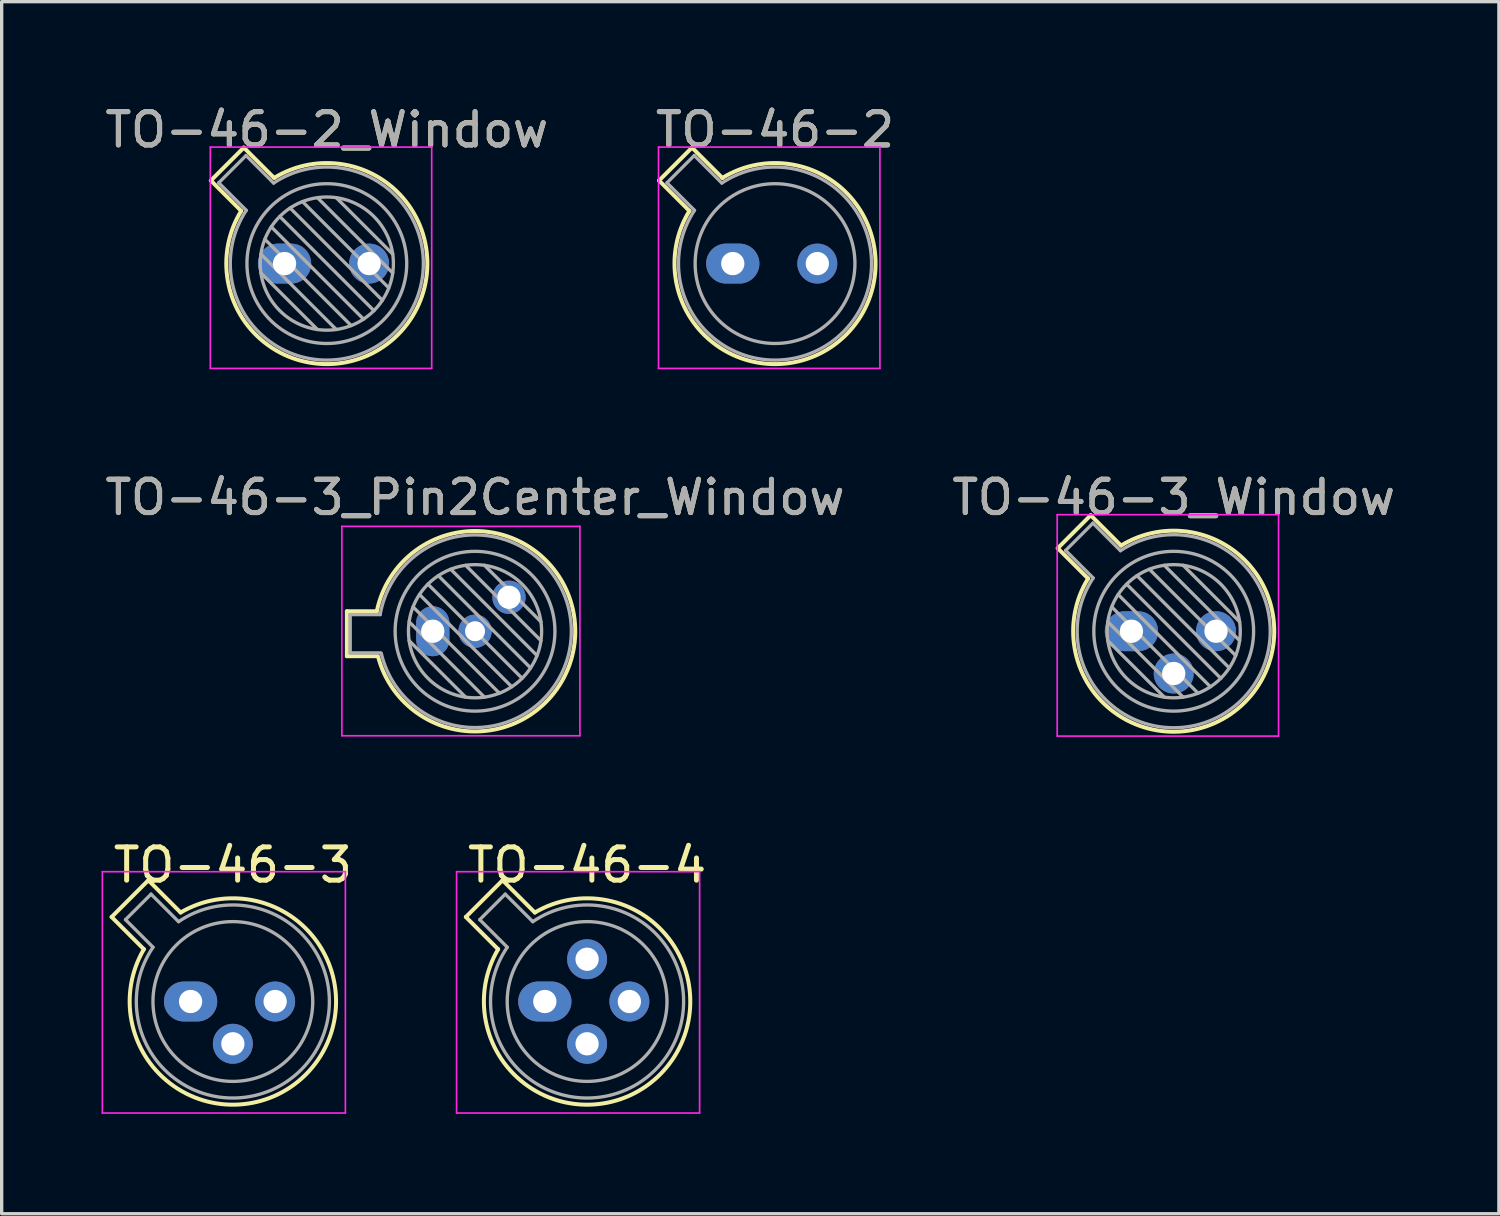
<source format=kicad_pcb>
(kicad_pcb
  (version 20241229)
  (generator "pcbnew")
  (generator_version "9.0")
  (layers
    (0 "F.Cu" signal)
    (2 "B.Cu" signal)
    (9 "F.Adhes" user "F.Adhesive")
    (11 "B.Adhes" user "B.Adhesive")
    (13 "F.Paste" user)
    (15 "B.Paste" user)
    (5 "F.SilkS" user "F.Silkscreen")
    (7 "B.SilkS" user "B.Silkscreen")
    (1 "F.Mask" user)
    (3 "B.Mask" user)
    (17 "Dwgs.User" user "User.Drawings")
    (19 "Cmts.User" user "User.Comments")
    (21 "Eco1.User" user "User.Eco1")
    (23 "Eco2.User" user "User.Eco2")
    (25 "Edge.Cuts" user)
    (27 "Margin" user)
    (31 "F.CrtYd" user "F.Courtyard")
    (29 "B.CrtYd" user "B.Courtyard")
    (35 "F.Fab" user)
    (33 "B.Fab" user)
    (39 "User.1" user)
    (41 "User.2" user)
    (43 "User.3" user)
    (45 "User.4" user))
  (footprint "TO-46-4"
    (layer "F.Cu")
    (at 13.316 27.035)
    (property "Reference" "TO-46-4" (at 1.27 -4.1 0) (layer "F.SilkS") (effects (font (size 1 1) (thickness 0.15))))
    (attr through_hole)
    (fp_line (start -2.372 -2.539) (end -1.403 -1.57) (stroke (width 0.12) (type solid)) (layer "F.SilkS"))
    (fp_line (start -1.269 -3.642) (end -2.372 -2.539) (stroke (width 0.12) (type solid)) (layer "F.SilkS"))
    (fp_line (start -0.3 -2.673) (end -1.269 -3.642) (stroke (width 0.12) (type solid)) (layer "F.SilkS"))
    (fp_arc (start -0.299966 -2.673052) (mid 3.461152 2.19291) (end -1.401792 -1.572109) (stroke (width 0.12) (type solid)) (layer "F.SilkS"))
    (fp_line (start -2.65 -3.9) (end -2.65 3.35) (stroke (width 0.05) (type solid)) (layer "F.CrtYd"))
    (fp_line (start -2.65 3.35) (end 4.65 3.35) (stroke (width 0.05) (type solid)) (layer "F.CrtYd"))
    (fp_line (start 4.65 -3.9) (end -2.65 -3.9) (stroke (width 0.05) (type solid)) (layer "F.CrtYd"))
    (fp_line (start 4.65 3.35) (end 4.65 -3.9) (stroke (width 0.05) (type solid)) (layer "F.CrtYd"))
    (fp_line (start -1.955 -2.458) (end -1.128 -1.631) (stroke (width 0.1) (type solid)) (layer "F.Fab"))
    (fp_line (start -1.188 -3.225) (end -1.955 -2.458) (stroke (width 0.1) (type solid)) (layer "F.Fab"))
    (fp_line (start -0.361 -2.398) (end -1.188 -3.225) (stroke (width 0.1) (type solid)) (layer "F.Fab"))
    (fp_arc (start -0.360736 -2.398061) (mid 3.321203 2.050015) (end -1.129005 -1.629347) (stroke (width 0.1) (type solid)) (layer "F.Fab"))
    (fp_circle (center 1.27 0) (end 3.67 0) (stroke (width 0.1) (type solid)) (fill no) (layer "F.Fab"))
    (pad "1" thru_hole oval (at 0 0) (size 1.6 1.2) (drill 0.7) (layers "*.Cu" "*.Mask"))
    (pad "2" thru_hole oval (at 1.27 1.27) (size 1.2 1.2) (drill 0.7) (layers "*.Cu" "*.Mask"))
    (pad "3" thru_hole oval (at 2.54 0) (size 1.2 1.2) (drill 0.7) (layers "*.Cu" "*.Mask"))
    (pad "4" thru_hole oval (at 1.27 -1.27) (size 1.2 1.2) (drill 0.7) (layers "*.Cu" "*.Mask")))
  (footprint "TO-46-2"
    (layer "F.Cu")
    (at 18.962 4.868)
    (property "Reference" "TO-46-2" (at 1.27 -4.02 0) (layer "F.SilkS") (effects (font (size 1 1) (thickness 0.15))))
    (attr through_hole)
    (fp_line (start -2.214 -2.494) (end -1.302 -1.582) (stroke (width 0.12) (type solid)) (layer "F.SilkS"))
    (fp_line (start -1.224 -3.484) (end -2.214 -2.494) (stroke (width 0.12) (type solid)) (layer "F.SilkS"))
    (fp_line (start -0.312 -2.572) (end -1.224 -3.484) (stroke (width 0.12) (type solid)) (layer "F.SilkS"))
    (fp_arc (start -0.312331 -2.572281) (mid 3.405374 2.135551) (end -1.30215 -1.582544) (stroke (width 0.12) (type solid)) (layer "F.SilkS"))
    (fp_line (start -2.23 -3.5) (end -2.23 3.15) (stroke (width 0.05) (type solid)) (layer "F.CrtYd"))
    (fp_line (start -2.23 3.15) (end 4.42 3.15) (stroke (width 0.05) (type solid)) (layer "F.CrtYd"))
    (fp_line (start 4.42 -3.5) (end -2.23 -3.5) (stroke (width 0.05) (type solid)) (layer "F.CrtYd"))
    (fp_line (start 4.42 3.15) (end 4.42 -3.5) (stroke (width 0.05) (type solid)) (layer "F.CrtYd"))
    (fp_line (start -1.977 -2.426) (end -1.149 -1.599) (stroke (width 0.1) (type solid)) (layer "F.Fab"))
    (fp_line (start -1.156 -3.247) (end -1.977 -2.426) (stroke (width 0.1) (type solid)) (layer "F.Fab"))
    (fp_line (start -0.329 -2.419) (end -1.156 -3.247) (stroke (width 0.1) (type solid)) (layer "F.Fab"))
    (fp_arc (start -0.329057 -2.419301) (mid 3.321076 2.050143) (end -1.150029 -1.597956) (stroke (width 0.1) (type solid)) (layer "F.Fab"))
    (fp_circle (center 1.27 0) (end 3.67 0) (stroke (width 0.1) (type solid)) (fill no) (layer "F.Fab"))
    (fp_text user "${REFERENCE}" (at 1.27 -4.02 0) (layer "F.Fab") (effects (font (size 1 1) (thickness 0.15))))
    (pad "1" thru_hole oval (at 0 0) (size 1.6 1.2) (drill 0.7) (layers "*.Cu" "*.Mask"))
    (pad "2" thru_hole oval (at 2.54 0) (size 1.2 1.2) (drill 0.7) (layers "*.Cu" "*.Mask")))
  (footprint "TO-46-3_Window"
    (layer "F.Cu")
    (at 30.938 15.912)
    (property "Reference" "TO-46-3_Window" (at 1.27 -4.02 0) (layer "F.SilkS") (effects (font (size 1 1) (thickness 0.15))))
    (attr through_hole)
    (fp_line (start -2.214 -2.494) (end -1.302 -1.582) (stroke (width 0.12) (type solid)) (layer "F.SilkS"))
    (fp_line (start -1.224 -3.484) (end -2.214 -2.494) (stroke (width 0.12) (type solid)) (layer "F.SilkS"))
    (fp_line (start -0.312 -2.572) (end -1.224 -3.484) (stroke (width 0.12) (type solid)) (layer "F.SilkS"))
    (fp_arc (start -0.312331 -2.572281) (mid 3.405374 2.135551) (end -1.30215 -1.582544) (stroke (width 0.12) (type solid)) (layer "F.SilkS"))
    (fp_line (start -2.23 -3.5) (end -2.23 3.15) (stroke (width 0.05) (type solid)) (layer "F.CrtYd"))
    (fp_line (start -2.23 3.15) (end 4.42 3.15) (stroke (width 0.05) (type solid)) (layer "F.CrtYd"))
    (fp_line (start 4.42 -3.5) (end -2.23 -3.5) (stroke (width 0.05) (type solid)) (layer "F.CrtYd"))
    (fp_line (start 4.42 3.15) (end 4.42 -3.5) (stroke (width 0.05) (type solid)) (layer "F.CrtYd"))
    (fp_line (start -1.977 -2.426) (end -1.149 -1.599) (stroke (width 0.1) (type solid)) (layer "F.Fab"))
    (fp_line (start -1.156 -3.247) (end -1.977 -2.426) (stroke (width 0.1) (type solid)) (layer "F.Fab"))
    (fp_line (start -0.71 -0.283) (end 1.553 1.98) (stroke (width 0.1) (type solid)) (layer "F.Fab"))
    (fp_line (start -0.71 0.283) (end 0.987 1.98) (stroke (width 0.1) (type solid)) (layer "F.Fab"))
    (fp_line (start -0.592 -0.731) (end 2.001 1.862) (stroke (width 0.1) (type solid)) (layer "F.Fab"))
    (fp_line (start -0.399 -1.103) (end 2.373 1.669) (stroke (width 0.1) (type solid)) (layer "F.Fab"))
    (fp_line (start -0.329 -2.419) (end -1.156 -3.247) (stroke (width 0.1) (type solid)) (layer "F.Fab"))
    (fp_line (start -0.145 -1.415) (end 2.685 1.415) (stroke (width 0.1) (type solid)) (layer "F.Fab"))
    (fp_line (start 0.167 -1.669) (end 2.939 1.103) (stroke (width 0.1) (type solid)) (layer "F.Fab"))
    (fp_line (start 0.539 -1.862) (end 3.132 0.731) (stroke (width 0.1) (type solid)) (layer "F.Fab"))
    (fp_line (start 0.987 -1.98) (end 3.25 0.283) (stroke (width 0.1) (type solid)) (layer "F.Fab"))
    (fp_line (start 1.553 -1.98) (end 3.25 -0.283) (stroke (width 0.1) (type solid)) (layer "F.Fab"))
    (fp_arc (start -0.329057 -2.419301) (mid 3.321076 2.050143) (end -1.150029 -1.597956) (stroke (width 0.1) (type solid)) (layer "F.Fab"))
    (fp_circle (center 1.27 0) (end 3.27 0) (stroke (width 0.1) (type solid)) (fill no) (layer "F.Fab"))
    (fp_circle (center 1.27 0) (end 3.67 0) (stroke (width 0.1) (type solid)) (fill no) (layer "F.Fab"))
    (fp_text user "${REFERENCE}" (at 1.27 -4.02 0) (layer "F.Fab") (effects (font (size 1 1) (thickness 0.15))))
    (pad "1" thru_hole oval (at 0 0) (size 1.6 1.2) (drill 0.7) (layers "*.Cu" "*.Mask"))
    (pad "2" thru_hole oval (at 1.27 1.27) (size 1.2 1.2) (drill 0.7) (layers "*.Cu" "*.Mask"))
    (pad "3" thru_hole oval (at 2.54 0) (size 1.2 1.2) (drill 0.7) (layers "*.Cu" "*.Mask")))
  (footprint "TO-46-3"
    (layer "F.Cu")
    (at 2.675 27.035)
    (property "Reference" "TO-46-3" (at 1.27 -4.1 0) (layer "F.SilkS") (effects (font (size 1 1) (thickness 0.15))))
    (attr through_hole)
    (fp_line (start -2.372 -2.539) (end -1.403 -1.57) (stroke (width 0.12) (type solid)) (layer "F.SilkS"))
    (fp_line (start -1.269 -3.642) (end -2.372 -2.539) (stroke (width 0.12) (type solid)) (layer "F.SilkS"))
    (fp_line (start -0.3 -2.673) (end -1.269 -3.642) (stroke (width 0.12) (type solid)) (layer "F.SilkS"))
    (fp_arc (start -0.299966 -2.673052) (mid 3.461152 2.19291) (end -1.401792 -1.572109) (stroke (width 0.12) (type solid)) (layer "F.SilkS"))
    (fp_line (start -2.65 -3.9) (end -2.65 3.35) (stroke (width 0.05) (type solid)) (layer "F.CrtYd"))
    (fp_line (start -2.65 3.35) (end 4.65 3.35) (stroke (width 0.05) (type solid)) (layer "F.CrtYd"))
    (fp_line (start 4.65 -3.9) (end -2.65 -3.9) (stroke (width 0.05) (type solid)) (layer "F.CrtYd"))
    (fp_line (start 4.65 3.35) (end 4.65 -3.9) (stroke (width 0.05) (type solid)) (layer "F.CrtYd"))
    (fp_line (start -1.955 -2.458) (end -1.128 -1.631) (stroke (width 0.1) (type solid)) (layer "F.Fab"))
    (fp_line (start -1.188 -3.225) (end -1.955 -2.458) (stroke (width 0.1) (type solid)) (layer "F.Fab"))
    (fp_line (start -0.361 -2.398) (end -1.188 -3.225) (stroke (width 0.1) (type solid)) (layer "F.Fab"))
    (fp_arc (start -0.360736 -2.398061) (mid 3.321203 2.050015) (end -1.129005 -1.629347) (stroke (width 0.1) (type solid)) (layer "F.Fab"))
    (fp_circle (center 1.27 0) (end 3.67 0) (stroke (width 0.1) (type solid)) (fill no) (layer "F.Fab"))
    (pad "1" thru_hole oval (at 0 0) (size 1.6 1.2) (drill 0.7) (layers "*.Cu" "*.Mask"))
    (pad "2" thru_hole oval (at 1.27 1.27) (size 1.2 1.2) (drill 0.7) (layers "*.Cu" "*.Mask"))
    (pad "3" thru_hole oval (at 2.54 0) (size 1.2 1.2) (drill 0.7) (layers "*.Cu" "*.Mask")))
  (footprint "TO-46-3_Pin2Center_Window"
    (layer "F.Cu")
    (at 9.95 15.912)
    (property "Reference" "TO-46-3_Pin2Center_Window" (at 1.27 -4.02 0) (layer "F.SilkS") (effects (font (size 1 1) (thickness 0.15))))
    (attr through_hole)
    (fp_line (start -2.58 -0.6) (end -2.58 0.75) (stroke (width 0.12) (type solid)) (layer "F.SilkS"))
    (fp_line (start -2.58 0.75) (end -1.68 0.75) (stroke (width 0.12) (type solid)) (layer "F.SilkS"))
    (fp_line (start -1.68 -0.6) (end -2.58 -0.6) (stroke (width 0.12) (type solid)) (layer "F.SilkS"))
    (fp_arc (start -1.68 -0.6) (mid 4.279362 -0.078983) (end -1.644465 0.753918) (stroke (width 0.12) (type solid)) (layer "F.SilkS"))
    (fp_line (start -2.73 -3.15) (end -2.73 3.14) (stroke (width 0.05) (type solid)) (layer "F.CrtYd"))
    (fp_line (start -2.73 -3.15) (end 4.42 -3.15) (stroke (width 0.05) (type solid)) (layer "F.CrtYd"))
    (fp_line (start 4.42 3.14) (end -2.73 3.14) (stroke (width 0.05) (type solid)) (layer "F.CrtYd"))
    (fp_line (start 4.42 3.14) (end 4.42 -3.15) (stroke (width 0.05) (type solid)) (layer "F.CrtYd"))
    (fp_line (start -2.48 -0.5) (end -2.48 0.65) (stroke (width 0.1) (type solid)) (layer "F.Fab"))
    (fp_line (start -2.48 0.65) (end -1.58 0.65) (stroke (width 0.1) (type solid)) (layer "F.Fab"))
    (fp_line (start -1.58 -0.5) (end -2.48 -0.5) (stroke (width 0.1) (type solid)) (layer "F.Fab"))
    (fp_line (start -0.71 -0.283) (end 1.553 1.98) (stroke (width 0.1) (type solid)) (layer "F.Fab"))
    (fp_line (start -0.71 0.283) (end 0.987 1.98) (stroke (width 0.1) (type solid)) (layer "F.Fab"))
    (fp_line (start -0.592 -0.731) (end 2.001 1.862) (stroke (width 0.1) (type solid)) (layer "F.Fab"))
    (fp_line (start -0.399 -1.103) (end 2.373 1.669) (stroke (width 0.1) (type solid)) (layer "F.Fab"))
    (fp_line (start -0.145 -1.415) (end 2.685 1.415) (stroke (width 0.1) (type solid)) (layer "F.Fab"))
    (fp_line (start 0.167 -1.669) (end 2.939 1.103) (stroke (width 0.1) (type solid)) (layer "F.Fab"))
    (fp_line (start 0.539 -1.862) (end 3.132 0.731) (stroke (width 0.1) (type solid)) (layer "F.Fab"))
    (fp_line (start 0.987 -1.98) (end 3.25 0.283) (stroke (width 0.1) (type solid)) (layer "F.Fab"))
    (fp_line (start 1.553 -1.98) (end 3.25 -0.283) (stroke (width 0.1) (type solid)) (layer "F.Fab"))
    (fp_arc (start -1.58 -0.5) (mid 4.1624 -0.08076) (end -1.54766 0.65825) (stroke (width 0.1) (type solid)) (layer "F.Fab"))
    (fp_circle (center 1.27 0) (end 3.27 0) (stroke (width 0.1) (type solid)) (fill no) (layer "F.Fab"))
    (fp_circle (center 1.27 0) (end 3.67 0) (stroke (width 0.1) (type solid)) (fill no) (layer "F.Fab"))
    (fp_text user "${REFERENCE}" (at 1.27 -4.02 0) (layer "F.Fab") (effects (font (size 1 1) (thickness 0.15))))
    (pad "1" thru_hole oval (at 0 0 90) (size 1.5 1) (drill 0.7) (layers "*.Cu" "*.Mask"))
    (pad "2" thru_hole oval (at 1.27 0) (size 1 1) (drill 0.6) (layers "*.Cu" "*.Mask"))
    (pad "3" thru_hole oval (at 2.29 -1.02 90) (size 1 1) (drill 0.7) (layers "*.Cu" "*.Mask")))
  (footprint "TO-46-2_Window"
    (layer "F.Cu")
    (at 5.498 4.868)
    (property "Reference" "TO-46-2_Window" (at 1.27 -4.02 0) (layer "F.SilkS") (effects (font (size 1 1) (thickness 0.15))))
    (attr through_hole)
    (fp_line (start -2.214 -2.494) (end -1.302 -1.582) (stroke (width 0.12) (type solid)) (layer "F.SilkS"))
    (fp_line (start -1.224 -3.484) (end -2.214 -2.494) (stroke (width 0.12) (type solid)) (layer "F.SilkS"))
    (fp_line (start -0.312 -2.572) (end -1.224 -3.484) (stroke (width 0.12) (type solid)) (layer "F.SilkS"))
    (fp_arc (start -0.312331 -2.572281) (mid 3.405374 2.135551) (end -1.30215 -1.582544) (stroke (width 0.12) (type solid)) (layer "F.SilkS"))
    (fp_line (start -2.23 -3.5) (end -2.23 3.15) (stroke (width 0.05) (type solid)) (layer "F.CrtYd"))
    (fp_line (start -2.23 3.15) (end 4.42 3.15) (stroke (width 0.05) (type solid)) (layer "F.CrtYd"))
    (fp_line (start 4.42 -3.5) (end -2.23 -3.5) (stroke (width 0.05) (type solid)) (layer "F.CrtYd"))
    (fp_line (start 4.42 3.15) (end 4.42 -3.5) (stroke (width 0.05) (type solid)) (layer "F.CrtYd"))
    (fp_line (start -1.977 -2.426) (end -1.149 -1.599) (stroke (width 0.1) (type solid)) (layer "F.Fab"))
    (fp_line (start -1.156 -3.247) (end -1.977 -2.426) (stroke (width 0.1) (type solid)) (layer "F.Fab"))
    (fp_line (start -0.71 -0.283) (end 1.553 1.98) (stroke (width 0.1) (type solid)) (layer "F.Fab"))
    (fp_line (start -0.71 0.283) (end 0.987 1.98) (stroke (width 0.1) (type solid)) (layer "F.Fab"))
    (fp_line (start -0.592 -0.731) (end 2.001 1.862) (stroke (width 0.1) (type solid)) (layer "F.Fab"))
    (fp_line (start -0.399 -1.103) (end 2.373 1.669) (stroke (width 0.1) (type solid)) (layer "F.Fab"))
    (fp_line (start -0.329 -2.419) (end -1.156 -3.247) (stroke (width 0.1) (type solid)) (layer "F.Fab"))
    (fp_line (start -0.145 -1.415) (end 2.685 1.415) (stroke (width 0.1) (type solid)) (layer "F.Fab"))
    (fp_line (start 0.167 -1.669) (end 2.939 1.103) (stroke (width 0.1) (type solid)) (layer "F.Fab"))
    (fp_line (start 0.539 -1.862) (end 3.132 0.731) (stroke (width 0.1) (type solid)) (layer "F.Fab"))
    (fp_line (start 0.987 -1.98) (end 3.25 0.283) (stroke (width 0.1) (type solid)) (layer "F.Fab"))
    (fp_line (start 1.553 -1.98) (end 3.25 -0.283) (stroke (width 0.1) (type solid)) (layer "F.Fab"))
    (fp_arc (start -0.329057 -2.419301) (mid 3.321076 2.050143) (end -1.150029 -1.597956) (stroke (width 0.1) (type solid)) (layer "F.Fab"))
    (fp_circle (center 1.27 0) (end 3.27 0) (stroke (width 0.1) (type solid)) (fill no) (layer "F.Fab"))
    (fp_circle (center 1.27 0) (end 3.67 0) (stroke (width 0.1) (type solid)) (fill no) (layer "F.Fab"))
    (fp_text user "${REFERENCE}" (at 1.27 -4.02 0) (layer "F.Fab") (effects (font (size 1 1) (thickness 0.15))))
    (pad "1" thru_hole oval (at 0 0) (size 1.6 1.2) (drill 0.7) (layers "*.Cu" "*.Mask"))
    (pad "2" thru_hole oval (at 2.54 0) (size 1.2 1.2) (drill 0.7) (layers "*.Cu" "*.Mask")))
  (gr_rect
    (start -3 -3)
    (end 41.976 33.41)
    (stroke (width 0.1) (type default))
    (fill no)
    (layer "Edge.Cuts")))
</source>
